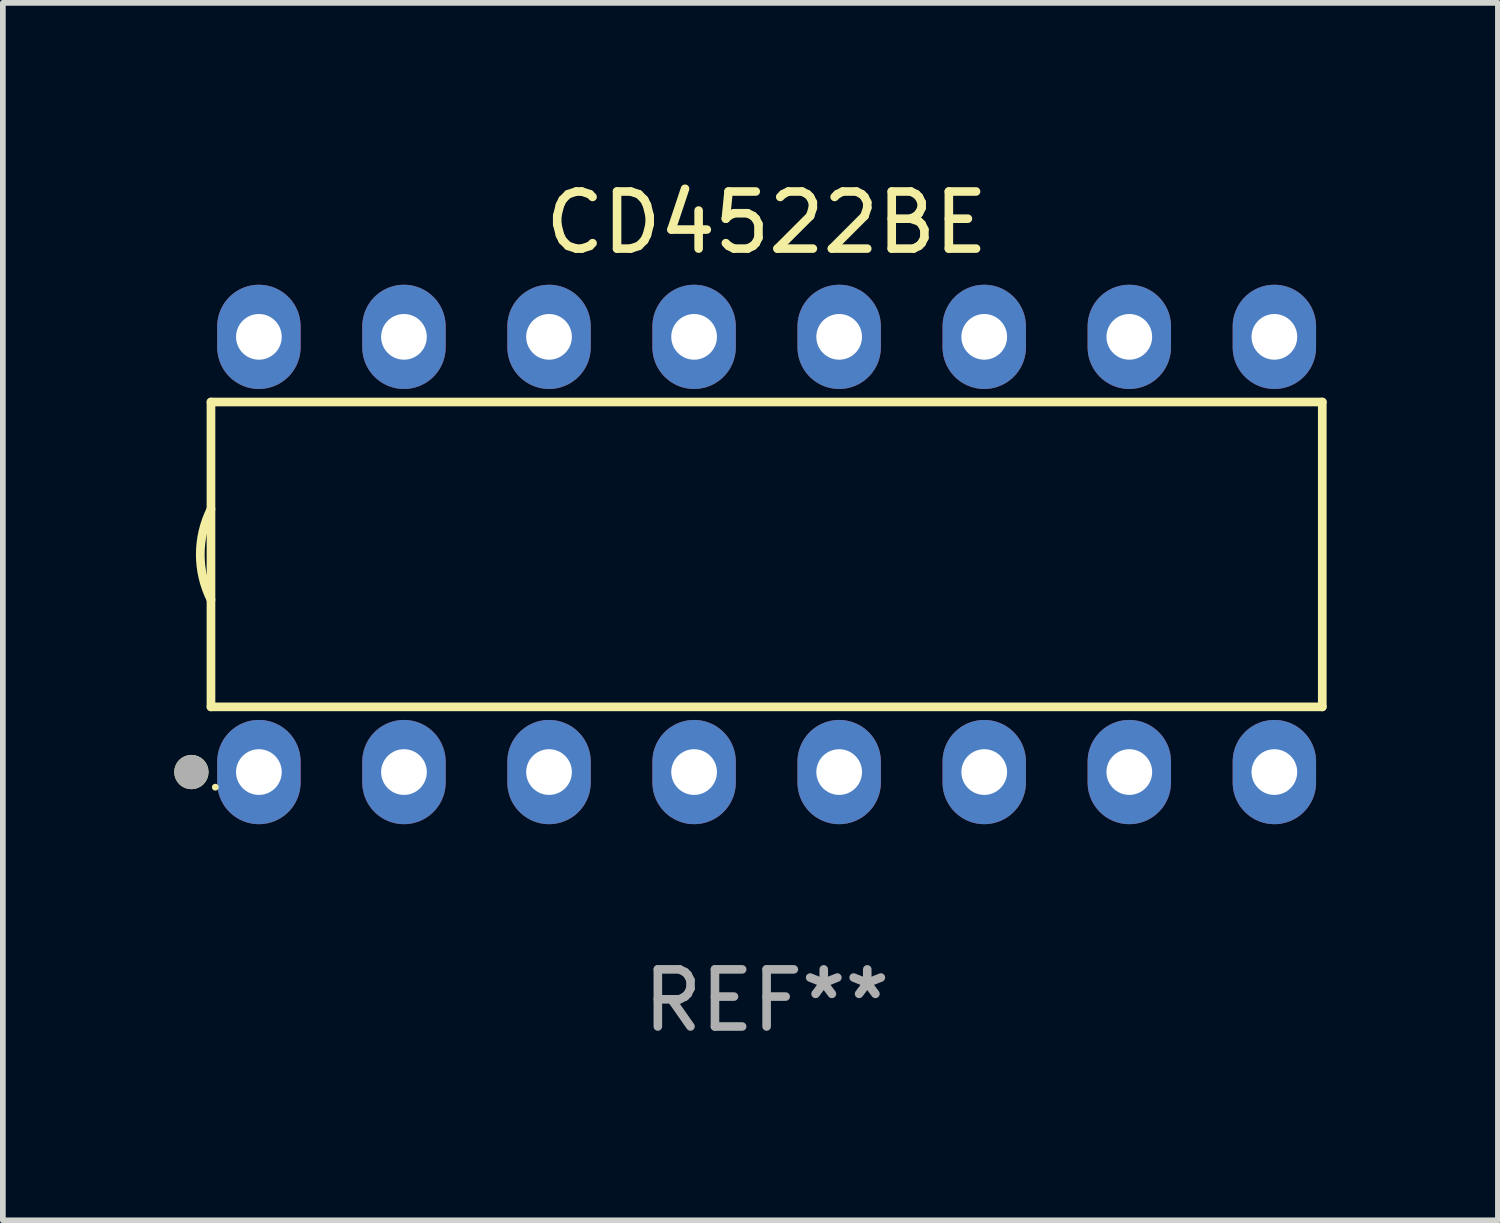
<source format=kicad_pcb>
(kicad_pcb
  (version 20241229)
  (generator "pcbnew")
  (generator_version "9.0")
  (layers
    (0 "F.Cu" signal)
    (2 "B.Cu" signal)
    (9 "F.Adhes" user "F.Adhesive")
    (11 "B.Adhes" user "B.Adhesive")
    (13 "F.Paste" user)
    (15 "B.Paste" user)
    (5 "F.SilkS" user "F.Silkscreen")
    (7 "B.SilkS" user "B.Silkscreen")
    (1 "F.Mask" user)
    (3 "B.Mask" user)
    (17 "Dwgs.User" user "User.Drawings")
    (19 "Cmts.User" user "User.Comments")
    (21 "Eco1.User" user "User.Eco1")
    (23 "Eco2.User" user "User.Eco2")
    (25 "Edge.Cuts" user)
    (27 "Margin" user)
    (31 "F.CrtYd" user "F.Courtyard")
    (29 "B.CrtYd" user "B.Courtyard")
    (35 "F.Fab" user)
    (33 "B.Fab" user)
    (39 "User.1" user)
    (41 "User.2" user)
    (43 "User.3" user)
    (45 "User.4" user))
  (footprint "CD4522BE"
    (layer "F.Cu")
    (at 10.373 6.658)
    (property "Reference" "CD4522BE" (at 0 -5.81 0) (layer "F.SilkS") (effects (font (size 1 1) (thickness 0.15))))
    (attr through_hole)
    (fp_line (start -9.729 -2.669) (end 9.729 -2.669) (stroke (width 0.152) (type solid)) (layer "F.SilkS"))
    (fp_line (start -9.729 2.669) (end -9.729 -2.669) (stroke (width 0.152) (type solid)) (layer "F.SilkS"))
    (fp_line (start 9.729 -2.669) (end 9.729 2.669) (stroke (width 0.152) (type solid)) (layer "F.SilkS"))
    (fp_line (start 9.729 2.669) (end -9.729 2.669) (stroke (width 0.152) (type solid)) (layer "F.SilkS"))
    (fp_arc (start -9.728727 0.793751) (mid -9.916106 0) (end -9.728727 -0.793752) (stroke (width 0.1524) (type solid)) (layer "F.SilkS"))
    (fp_circle (center -10.072 3.81) (end -9.922 3.81) (stroke (width 0.3) (type solid)) (fill no) (layer "F.SilkS"))
    (fp_circle (center -9.653 4.075) (end -9.623 4.075) (stroke (width 0.06) (type solid)) (fill no) (layer "F.SilkS"))
    (fp_circle (center -10.072 3.81) (end -9.922 3.81) (stroke (width 0.3) (type solid)) (fill no) (layer "F.Fab"))
    (fp_text user "REF**" (at 0 7.81 0) (layer "F.Fab") (effects (font (size 1 1) (thickness 0.15))))
    (pad "1" thru_hole oval (at -8.89 3.81) (size 1.46 1.825) (drill 0.8) (layers "*.Cu" "*.Mask"))
    (pad "2" thru_hole oval (at -6.35 3.81) (size 1.46 1.825) (drill 0.8) (layers "*.Cu" "*.Mask"))
    (pad "3" thru_hole oval (at -3.81 3.81) (size 1.46 1.825) (drill 0.8) (layers "*.Cu" "*.Mask"))
    (pad "4" thru_hole oval (at -1.27 3.81) (size 1.46 1.825) (drill 0.8) (layers "*.Cu" "*.Mask"))
    (pad "5" thru_hole oval (at 1.27 3.81) (size 1.46 1.825) (drill 0.8) (layers "*.Cu" "*.Mask"))
    (pad "6" thru_hole oval (at 3.81 3.81) (size 1.46 1.825) (drill 0.8) (layers "*.Cu" "*.Mask"))
    (pad "7" thru_hole oval (at 6.35 3.81) (size 1.46 1.825) (drill 0.8) (layers "*.Cu" "*.Mask"))
    (pad "8" thru_hole oval (at 8.89 3.81) (size 1.46 1.825) (drill 0.8) (layers "*.Cu" "*.Mask"))
    (pad "9" thru_hole oval (at 8.89 -3.81) (size 1.46 1.825) (drill 0.8) (layers "*.Cu" "*.Mask"))
    (pad "10" thru_hole oval (at 6.35 -3.81) (size 1.46 1.825) (drill 0.8) (layers "*.Cu" "*.Mask"))
    (pad "11" thru_hole oval (at 3.81 -3.81) (size 1.46 1.825) (drill 0.8) (layers "*.Cu" "*.Mask"))
    (pad "12" thru_hole oval (at 1.27 -3.81) (size 1.46 1.825) (drill 0.8) (layers "*.Cu" "*.Mask"))
    (pad "13" thru_hole oval (at -1.27 -3.81) (size 1.46 1.825) (drill 0.8) (layers "*.Cu" "*.Mask"))
    (pad "14" thru_hole oval (at -3.81 -3.81) (size 1.46 1.825) (drill 0.8) (layers "*.Cu" "*.Mask"))
    (pad "15" thru_hole oval (at -6.35 -3.81) (size 1.46 1.825) (drill 0.8) (layers "*.Cu" "*.Mask"))
    (pad "16" thru_hole oval (at -8.89 -3.81) (size 1.46 1.825) (drill 0.8) (layers "*.Cu" "*.Mask")))
  (gr_rect
    (start -3 -3)
    (end 23.177 18.317)
    (stroke (width 0.1) (type default))
    (fill no)
    (layer "Edge.Cuts")))
</source>
